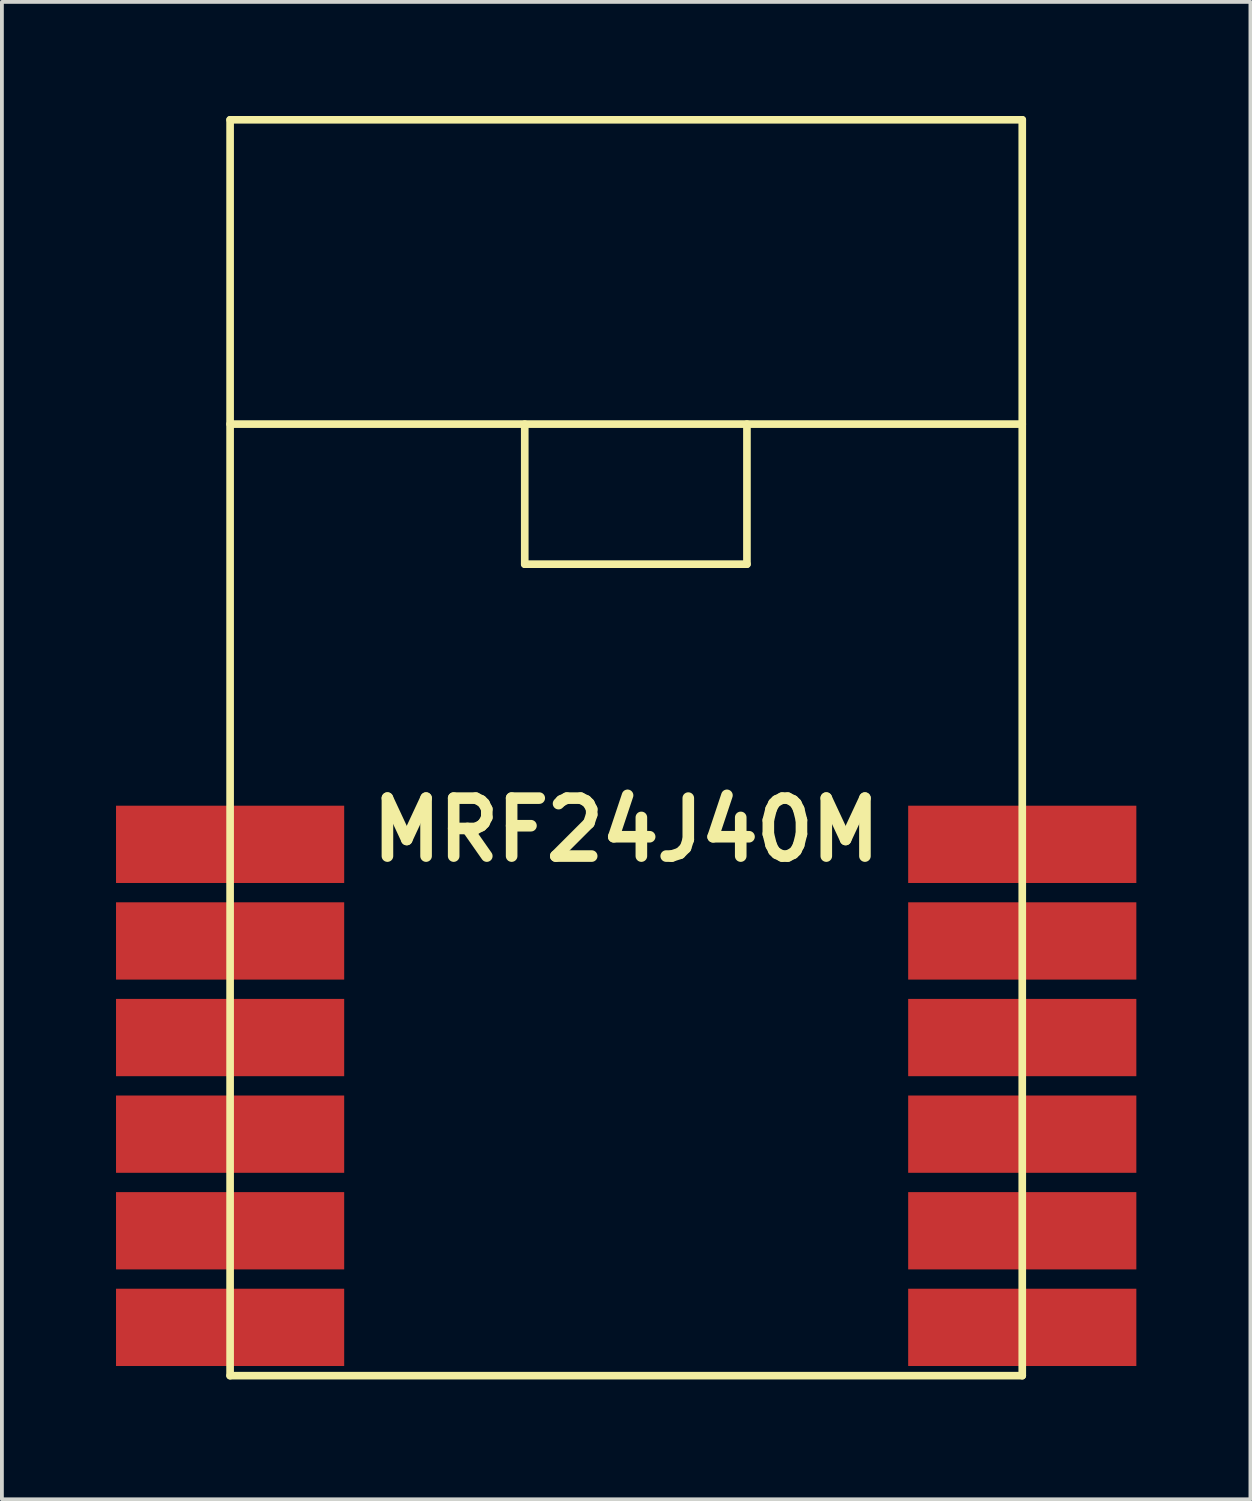
<source format=kicad_pcb>
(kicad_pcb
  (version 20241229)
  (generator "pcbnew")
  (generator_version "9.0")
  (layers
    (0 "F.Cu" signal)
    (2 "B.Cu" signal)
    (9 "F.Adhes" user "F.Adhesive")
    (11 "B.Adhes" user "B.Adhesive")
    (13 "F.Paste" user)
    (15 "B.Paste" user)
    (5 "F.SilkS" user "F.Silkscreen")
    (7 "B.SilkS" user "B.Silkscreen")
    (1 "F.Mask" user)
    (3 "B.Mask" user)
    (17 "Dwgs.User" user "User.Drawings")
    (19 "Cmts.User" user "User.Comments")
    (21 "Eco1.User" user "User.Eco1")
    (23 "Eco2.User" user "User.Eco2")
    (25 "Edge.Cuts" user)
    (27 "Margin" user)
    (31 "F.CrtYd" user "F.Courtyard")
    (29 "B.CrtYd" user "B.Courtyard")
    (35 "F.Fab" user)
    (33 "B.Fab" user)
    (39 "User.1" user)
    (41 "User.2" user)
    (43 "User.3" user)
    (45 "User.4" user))
  (footprint "MRF24J40M"
    (layer "F.Cu")
    (at 3 33.12)
    (property "Reference" "MRF24J40M" (at 10.414 -14.351 0) (layer "F.SilkS") (effects (font (size 1.524 1.524) (thickness 0.305))))
    (attr through_hole)
    (fp_line (start 0 -33.02) (end 0 0) (stroke (width 0.201) (type solid)) (layer "F.SilkS"))
    (fp_line (start 0 -25.019) (end 20.828 -25.019) (stroke (width 0.201) (type solid)) (layer "F.SilkS"))
    (fp_line (start 0 0) (end 20.828 0) (stroke (width 0.201) (type solid)) (layer "F.SilkS"))
    (fp_line (start 7.747 -25.019) (end 7.747 -21.336) (stroke (width 0.201) (type solid)) (layer "F.SilkS"))
    (fp_line (start 7.747 -21.336) (end 13.589 -21.336) (stroke (width 0.201) (type solid)) (layer "F.SilkS"))
    (fp_line (start 13.589 -21.336) (end 13.589 -25.019) (stroke (width 0.201) (type solid)) (layer "F.SilkS"))
    (fp_line (start 20.828 -33.02) (end 0 -33.02) (stroke (width 0.201) (type solid)) (layer "F.SilkS"))
    (fp_line (start 20.828 0) (end 20.828 -33.02) (stroke (width 0.201) (type solid)) (layer "F.SilkS"))
    (pad "1" smd rect (at 0 -13.97) (size 5.999 2.032) (layers "F.Cu" "F.Mask"))
    (pad "2" smd rect (at 0 -11.43) (size 5.999 2.032) (layers "F.Cu" "F.Mask"))
    (pad "3" smd rect (at 0 -8.89) (size 5.999 2.032) (layers "F.Cu" "F.Mask"))
    (pad "4" smd rect (at 0 -6.35) (size 5.999 2.032) (layers "F.Cu" "F.Mask"))
    (pad "5" smd rect (at 0 -3.81) (size 5.999 2.032) (layers "F.Cu" "F.Mask"))
    (pad "6" smd rect (at 0 -1.27) (size 5.999 2.032) (layers "F.Cu" "F.Mask"))
    (pad "7" smd rect (at 20.828 -1.27) (size 5.999 2.032) (layers "F.Cu" "F.Mask"))
    (pad "8" smd rect (at 20.828 -3.81) (size 5.999 2.032) (layers "F.Cu" "F.Mask"))
    (pad "9" smd rect (at 20.828 -6.35) (size 5.999 2.032) (layers "F.Cu" "F.Mask"))
    (pad "10" smd rect (at 20.828 -8.89) (size 5.999 2.032) (layers "F.Cu" "F.Mask"))
    (pad "11" smd rect (at 20.828 -11.43) (size 5.999 2.032) (layers "F.Cu" "F.Mask"))
    (pad "12" smd rect (at 20.828 -13.97) (size 5.999 2.032) (layers "F.Cu" "F.Mask")))
  (gr_rect
    (start -3 -3)
    (end 29.827 36.37)
    (stroke (width 0.1) (type default))
    (fill no)
    (layer "Edge.Cuts")))
</source>
